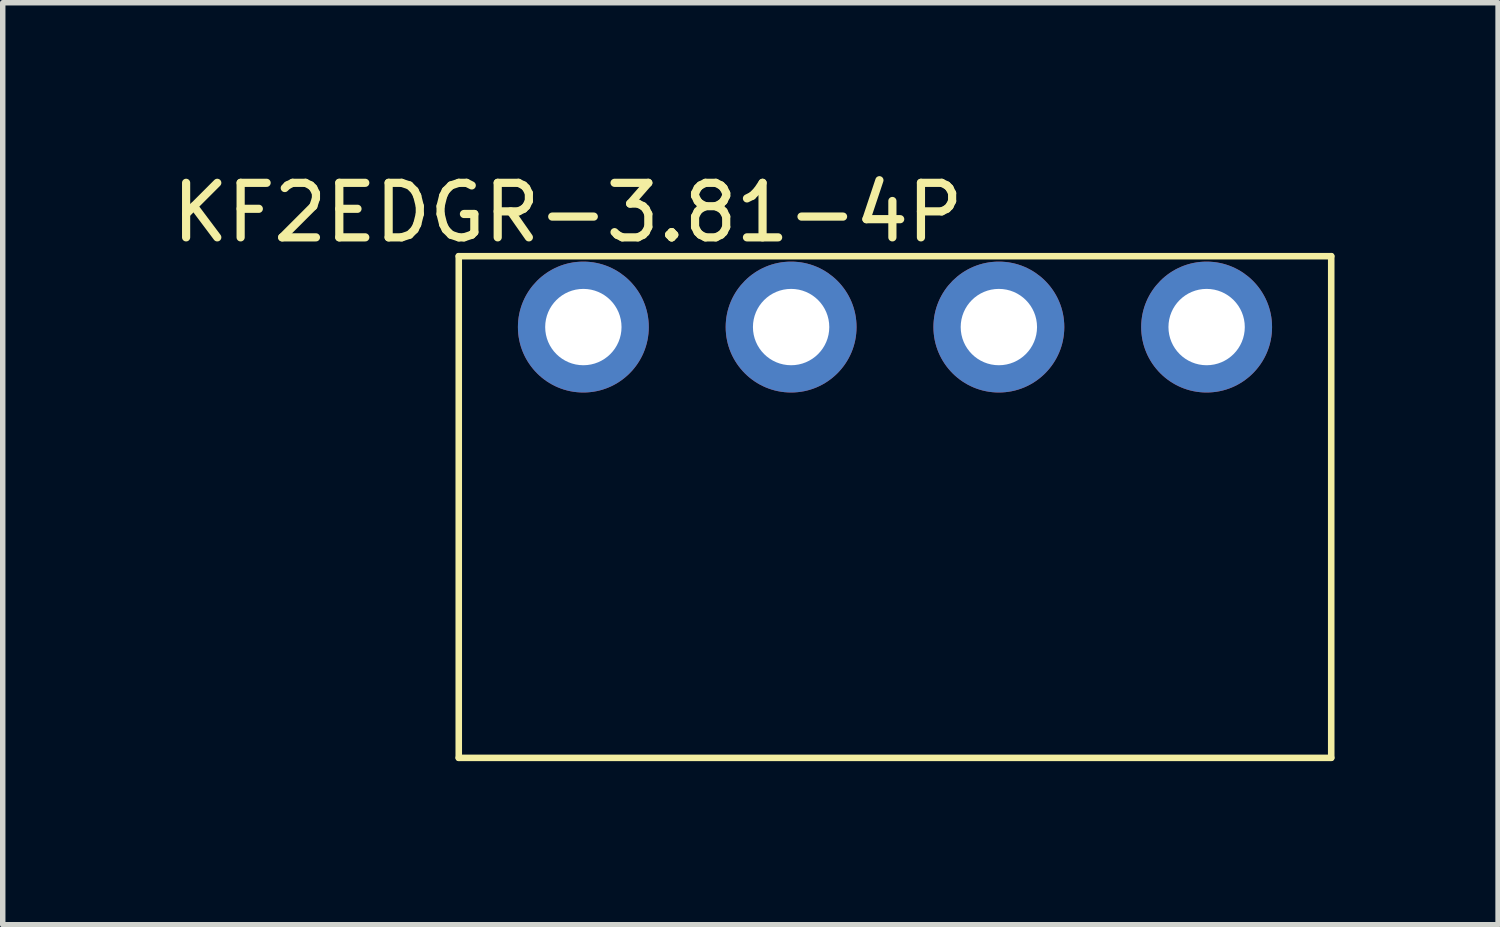
<source format=kicad_pcb>
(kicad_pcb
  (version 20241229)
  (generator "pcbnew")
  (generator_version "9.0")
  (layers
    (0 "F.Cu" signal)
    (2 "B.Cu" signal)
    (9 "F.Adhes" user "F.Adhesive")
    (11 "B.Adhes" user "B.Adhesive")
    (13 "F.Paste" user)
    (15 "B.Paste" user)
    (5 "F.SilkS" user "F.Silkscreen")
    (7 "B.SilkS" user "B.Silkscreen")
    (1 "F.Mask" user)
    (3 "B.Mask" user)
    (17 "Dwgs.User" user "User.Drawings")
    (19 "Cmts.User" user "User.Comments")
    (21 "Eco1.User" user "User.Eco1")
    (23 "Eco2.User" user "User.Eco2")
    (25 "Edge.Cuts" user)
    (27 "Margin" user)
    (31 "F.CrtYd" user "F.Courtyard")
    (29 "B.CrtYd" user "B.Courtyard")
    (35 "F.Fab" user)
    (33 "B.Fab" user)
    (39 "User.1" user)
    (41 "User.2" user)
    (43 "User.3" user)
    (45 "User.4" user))
  (footprint "KF2EDGR-3.81-4P"
    (layer "F.Cu")
    (at 13.363 2.948)
    (property "Reference" "KF2EDGR-3.81-4P" (at -6 -2.1 0) (layer "F.SilkS") (effects (font (size 1 1) (thickness 0.15))))
    (attr through_hole)
    (fp_line (start -8 -1.3) (end 8 -1.3) (stroke (width 0.12) (type solid)) (layer "F.SilkS"))
    (fp_line (start -8 7.9) (end -8 -1.3) (stroke (width 0.12) (type solid)) (layer "F.SilkS"))
    (fp_line (start 8 -1.3) (end 8 7.9) (stroke (width 0.12) (type solid)) (layer "F.SilkS"))
    (fp_line (start 8 7.9) (end -8 7.9) (stroke (width 0.12) (type solid)) (layer "F.SilkS"))
    (pad "1" thru_hole circle (at -5.715 0) (size 2.4 2.4) (drill 1.4) (layers "*.Cu" "*.Mask"))
    (pad "2" thru_hole circle (at -1.905 0) (size 2.4 2.4) (drill 1.4) (layers "*.Cu" "*.Mask"))
    (pad "3" thru_hole circle (at 1.905 0) (size 2.4 2.4) (drill 1.4) (layers "*.Cu" "*.Mask"))
    (pad "4" thru_hole circle (at 5.715 0) (size 2.4 2.4) (drill 1.4) (layers "*.Cu" "*.Mask")))
  (gr_rect
    (start -3 -3)
    (end 24.423 13.908)
    (stroke (width 0.1) (type default))
    (fill no)
    (layer "Edge.Cuts")))
</source>
